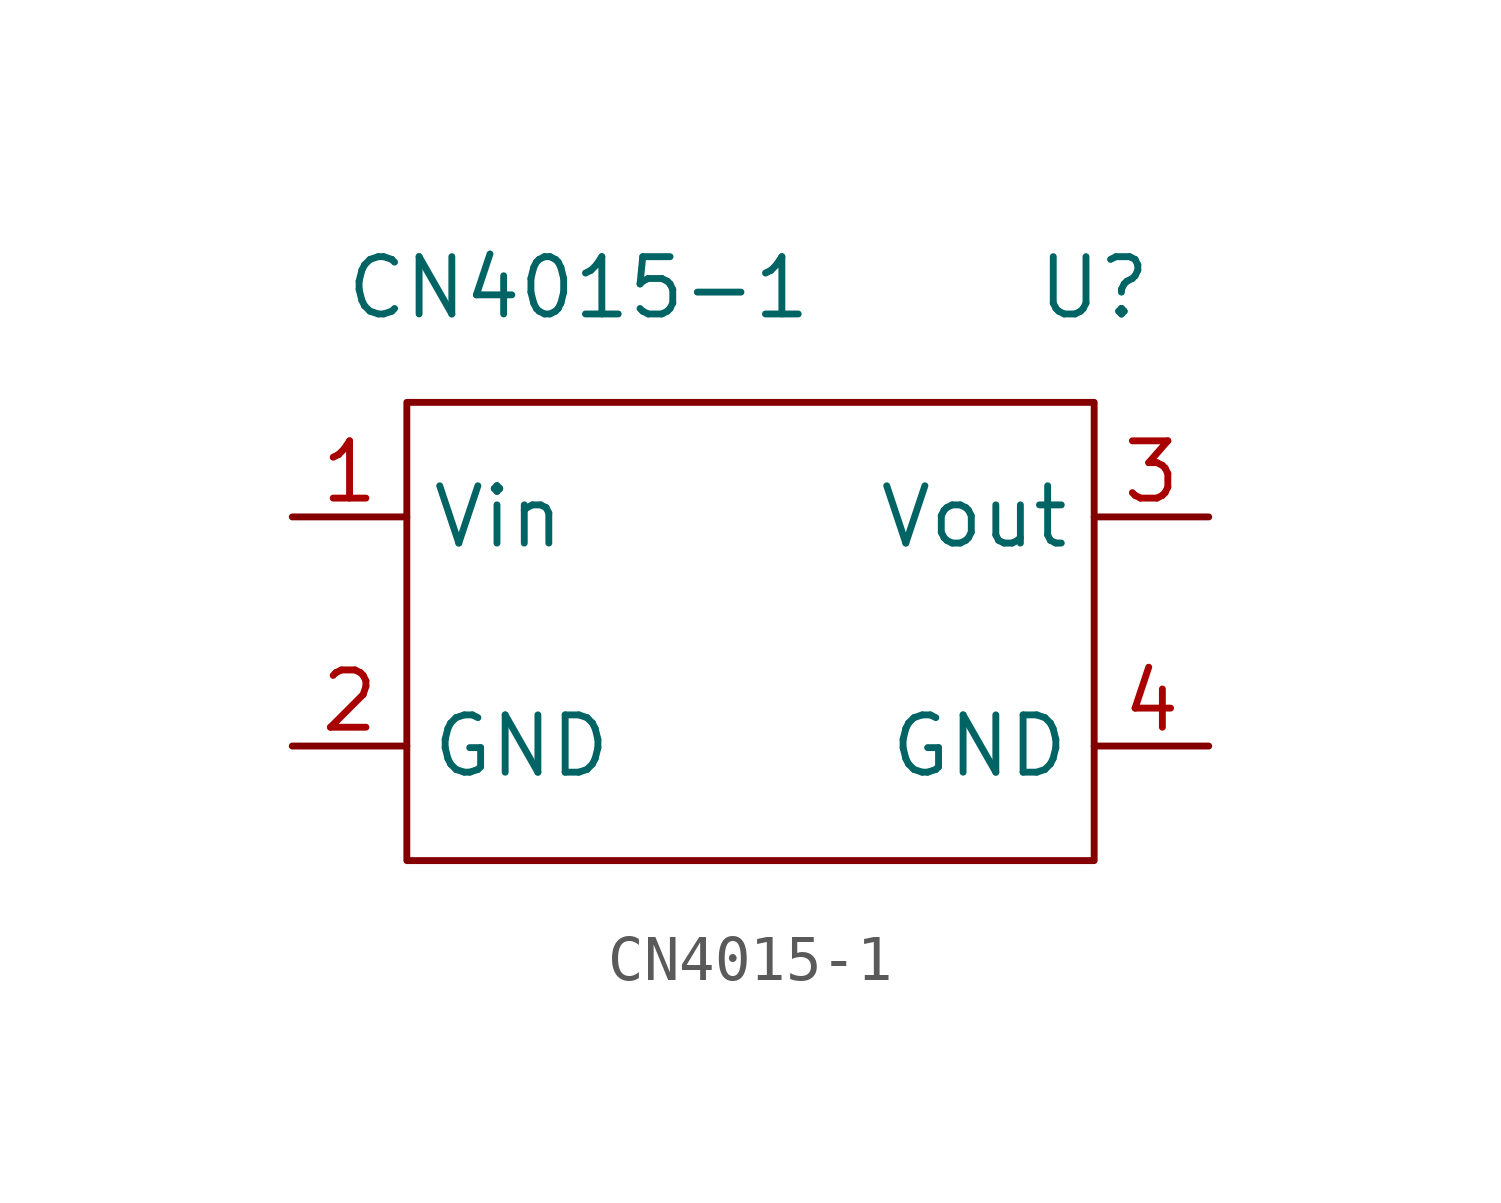
<source format=kicad_sym>
(kicad_symbol_lib
  (version 20211014)
  (generator kicad_symbol_editor)
  (symbol "CN4015-1"
    (property "Reference" "U"
      (at 2.54 -5.08 0)
      (effects (font (size 1.27 1.27))))
    (property "Value" "CN4015-1"
      (at -8.89 -5.08 0)
      (effects (font (size 1.27 1.27))))
    (symbol "CN4015-1_0_1"
      (rectangle (start -12.7 -7.62) (end 2.54 -17.78) (stroke (width 0) (type default) (color 0 0 0 0)) (fill (type none))))
    (symbol "CN4015-1_1_1"
      (pin input line (at -15.24 -10.16 0) (length 2.54) (name "Vin" (effects (font (size 1.27 1.27)))) (number "1" (effects (font (size 1.27 1.27)))))
      (pin input line (at -15.24 -15.24 0) (length 2.54) (name "GND" (effects (font (size 1.27 1.27)))) (number "2" (effects (font (size 1.27 1.27)))))
      (pin output line (at 5.08 -10.16 180) (length 2.54) (name "Vout" (effects (font (size 1.27 1.27)))) (number "3" (effects (font (size 1.27 1.27)))))
      (pin output line (at 5.08 -15.24 180) (length 2.54) (name "GND" (effects (font (size 1.27 1.27)))) (number "4" (effects (font (size 1.27 1.27))))))))
</source>
